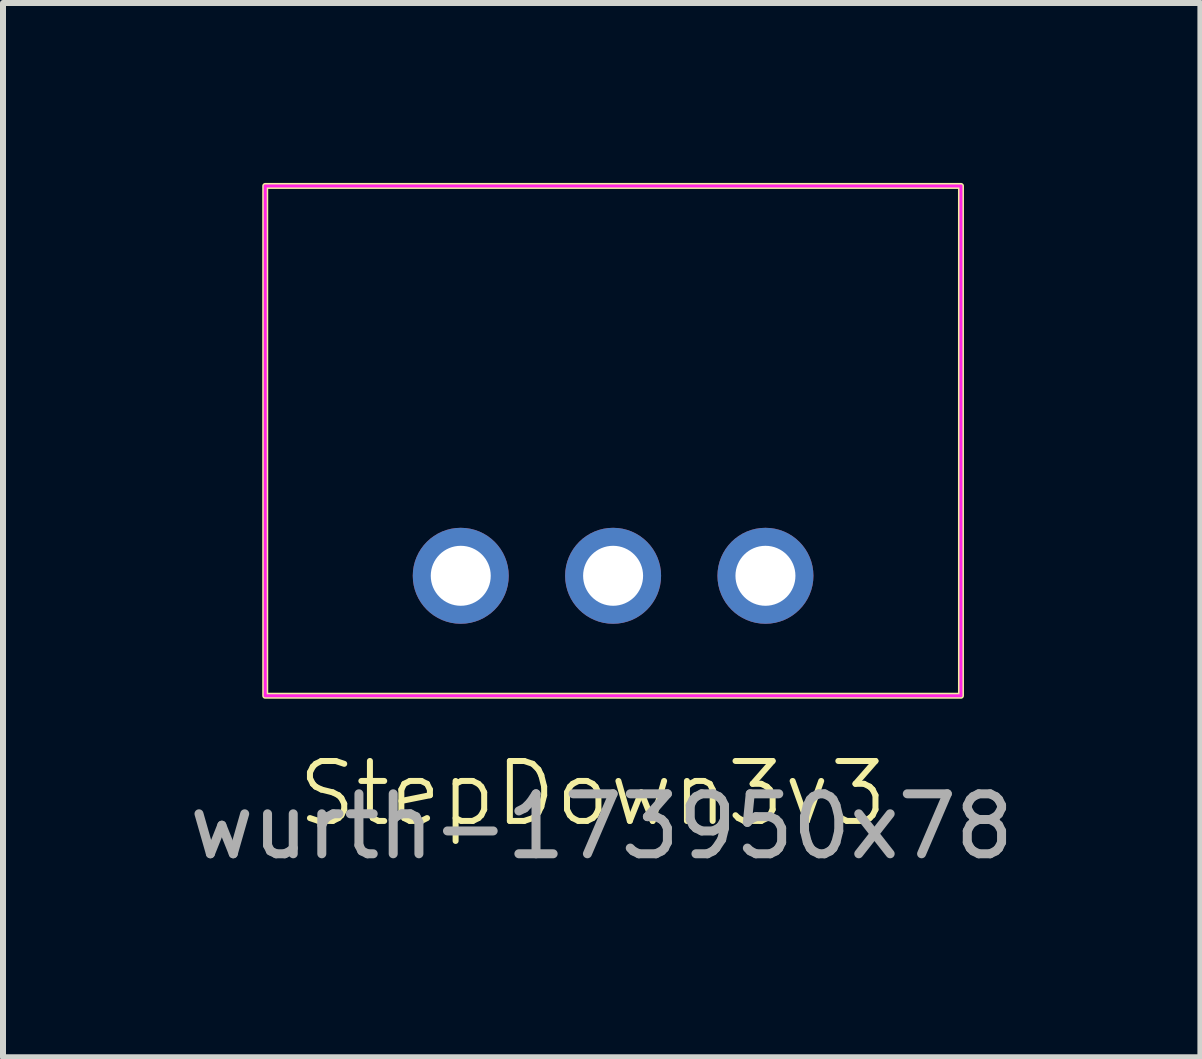
<source format=kicad_pcb>
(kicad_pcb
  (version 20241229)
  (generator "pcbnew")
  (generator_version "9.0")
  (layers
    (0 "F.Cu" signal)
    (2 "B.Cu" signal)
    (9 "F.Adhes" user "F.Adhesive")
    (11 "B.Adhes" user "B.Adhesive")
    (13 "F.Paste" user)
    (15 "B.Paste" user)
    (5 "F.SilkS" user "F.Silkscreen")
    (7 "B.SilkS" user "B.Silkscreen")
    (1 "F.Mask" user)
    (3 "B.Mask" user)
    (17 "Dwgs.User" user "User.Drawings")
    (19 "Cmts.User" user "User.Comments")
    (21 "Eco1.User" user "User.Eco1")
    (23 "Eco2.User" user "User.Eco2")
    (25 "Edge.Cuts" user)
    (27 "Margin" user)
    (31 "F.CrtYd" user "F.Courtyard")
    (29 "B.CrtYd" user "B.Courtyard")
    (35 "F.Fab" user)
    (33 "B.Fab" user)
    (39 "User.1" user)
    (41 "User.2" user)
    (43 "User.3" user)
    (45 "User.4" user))
  (footprint "StepDown3v3"
    (layer "F.Cu")
    (at 7.172 6.55)
    (property "Reference" "StepDown3v3" (at -0.34 3.63 0) (unlocked yes) (layer "F.SilkS") (effects (font (size 1 1) (thickness 0.1))))
    (attr smd)
    (fp_rect (start -5.8 -6.5) (end 5.8 2) (stroke (width 0.1) (type default)) (fill no) (layer "F.SilkS"))
    (fp_rect (start -5.8 -6.5) (end 5.8 2) (stroke (width 0.05) (type default)) (fill no) (layer "F.CrtYd"))
    (fp_text user "wurth-173950x78" (at -0.19 4.18 0) (unlocked yes) (layer "F.Fab") (effects (font (size 1 1) (thickness 0.15))))
    (pad "1" thru_hole circle (at -2.54 0) (size 1.6 1.6) (drill 1) (layers "*.Cu" "*.Mask"))
    (pad "2" thru_hole circle (at 0 0) (size 1.6 1.6) (drill 1) (layers "*.Cu" "*.Mask"))
    (pad "3" thru_hole circle (at 2.54 0) (size 1.6 1.6) (drill 1) (layers "*.Cu" "*.Mask")))
  (gr_rect
    (start -3 -3)
    (end 16.964 14.578)
    (stroke (width 0.1) (type default))
    (fill no)
    (layer "Edge.Cuts")))
</source>
